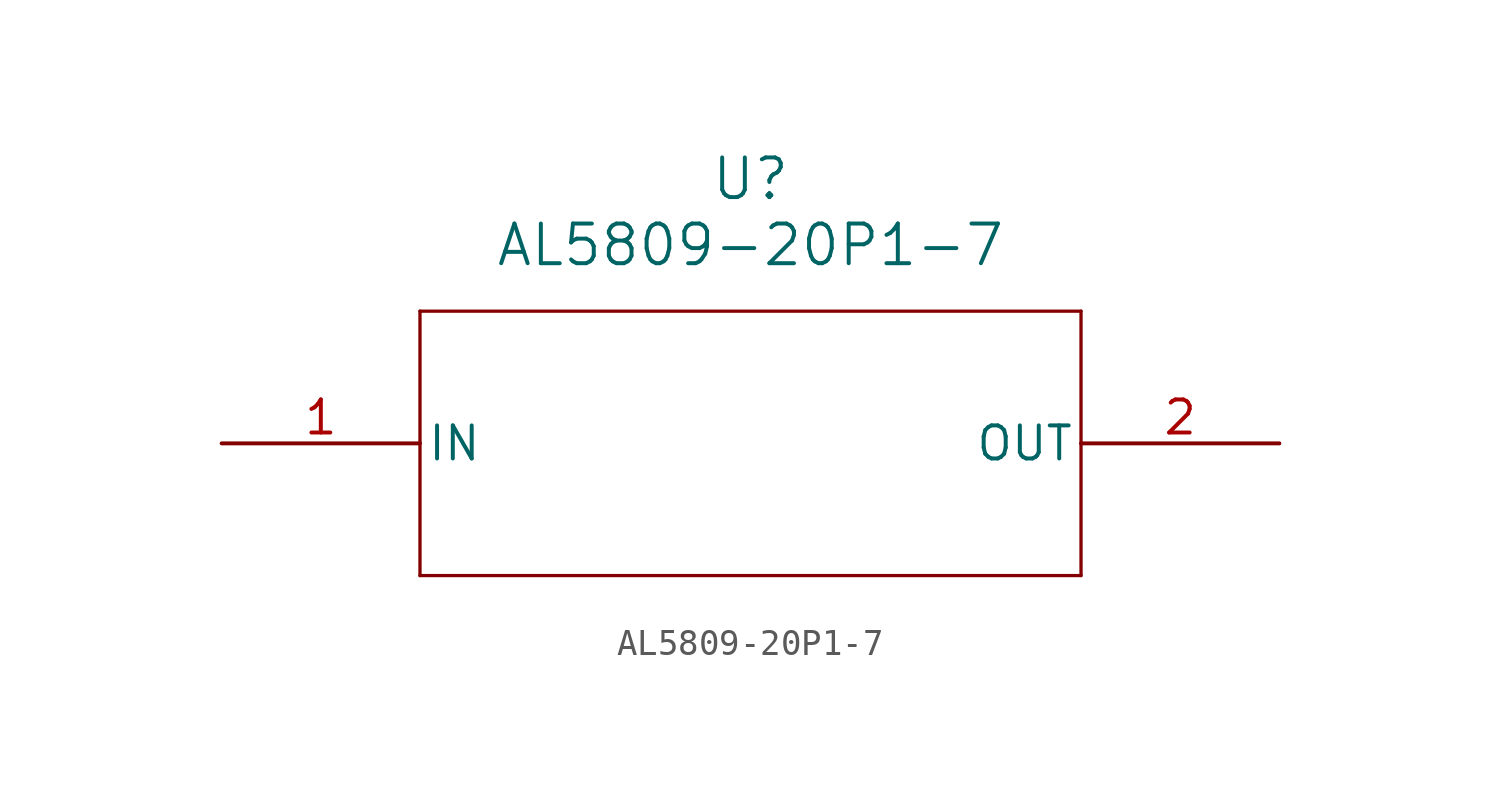
<source format=kicad_sym>
(kicad_symbol_lib
  (version 20211014)
  (generator kicad_symbol_editor)
  (symbol "AL5809-20P1-7"
    (pin_names
      (offset 0.254))
    (property "Reference" "U"
      (at 20.32 10.16 0)
      (effects (font (size 1.524 1.524))))
    (property "Value" "AL5809-20P1-7"
      (at 20.32 7.62 0)
      (effects (font (size 1.524 1.524))))
    (symbol "AL5809-20P1-7_0_1"
      (polyline (pts (xy 7.62 5.08) (xy 7.62 -5.08)) (stroke (width 0.127) (type default) (color 0 0 0 0)) (fill (type none)))
      (polyline (pts (xy 7.62 -5.08) (xy 33.02 -5.08)) (stroke (width 0.127) (type default) (color 0 0 0 0)) (fill (type none)))
      (polyline (pts (xy 33.02 -5.08) (xy 33.02 5.08)) (stroke (width 0.127) (type default) (color 0 0 0 0)) (fill (type none)))
      (polyline (pts (xy 33.02 5.08) (xy 7.62 5.08)) (stroke (width 0.127) (type default) (color 0 0 0 0)) (fill (type none)))
      (pin input line (at 0 0 0) (length 7.62) (name "IN" (effects (font (size 1.27 1.27)))) (number "1" (effects (font (size 1.27 1.27)))))
      (pin output line (at 40.64 0 180) (length 7.62) (name "OUT" (effects (font (size 1.27 1.27)))) (number "2" (effects (font (size 1.27 1.27))))))))
</source>
